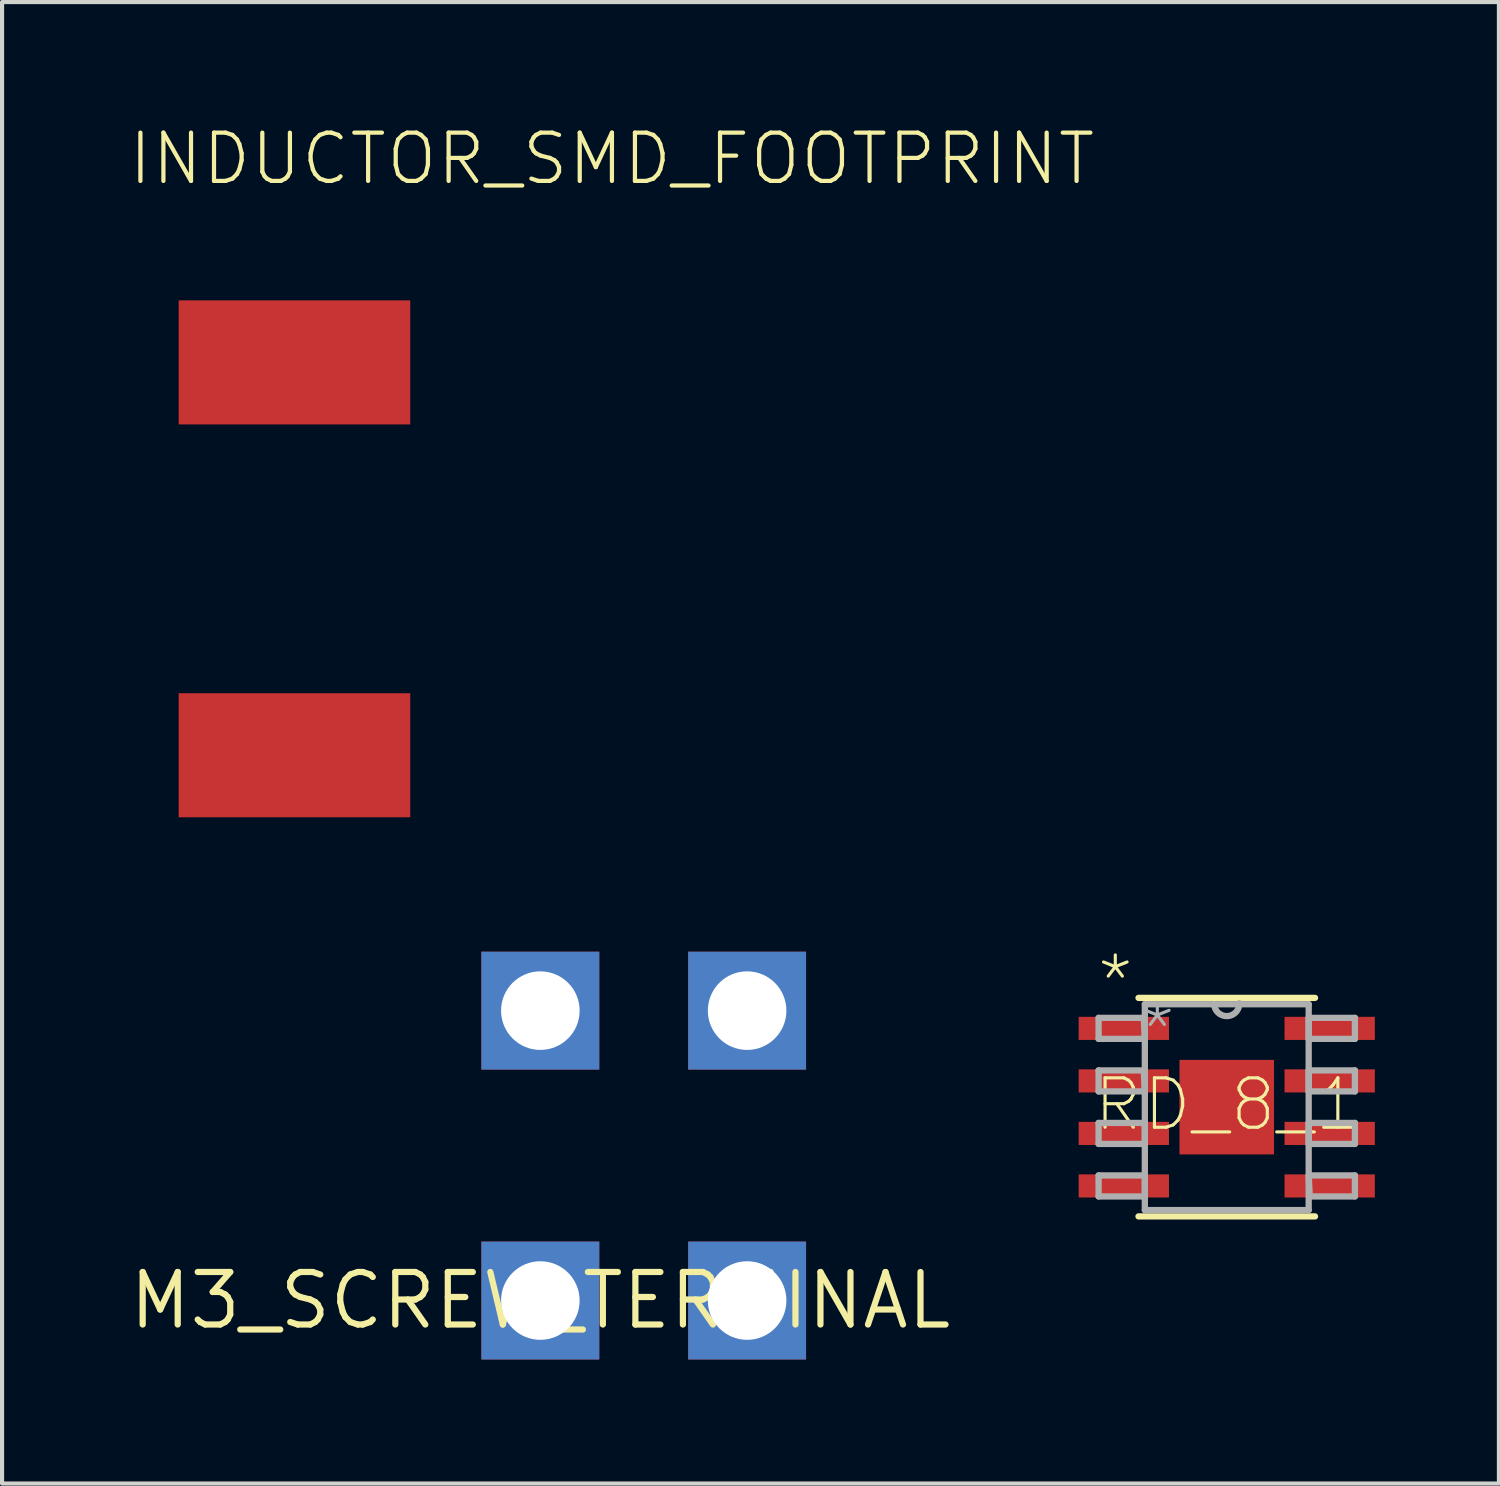
<source format=kicad_pcb>
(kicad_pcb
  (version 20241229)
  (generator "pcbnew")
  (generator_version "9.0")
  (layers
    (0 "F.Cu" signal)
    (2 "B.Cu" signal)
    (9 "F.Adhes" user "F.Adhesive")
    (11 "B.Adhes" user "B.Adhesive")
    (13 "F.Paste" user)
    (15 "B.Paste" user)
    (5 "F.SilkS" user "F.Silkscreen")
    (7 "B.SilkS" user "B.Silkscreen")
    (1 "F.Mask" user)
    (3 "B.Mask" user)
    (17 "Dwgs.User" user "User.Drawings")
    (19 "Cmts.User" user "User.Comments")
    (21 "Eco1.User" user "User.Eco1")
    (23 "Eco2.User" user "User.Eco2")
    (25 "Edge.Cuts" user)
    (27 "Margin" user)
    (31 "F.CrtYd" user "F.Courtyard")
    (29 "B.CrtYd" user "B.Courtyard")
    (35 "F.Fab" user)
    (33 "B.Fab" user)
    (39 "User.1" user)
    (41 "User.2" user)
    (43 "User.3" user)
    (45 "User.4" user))
  (footprint "INDUCTOR_SMD_FOOTPRINT"
    (layer "F.Cu")
    (at 1.27 16.713)
    (property "Reference" "INDUCTOR_SMD_FOOTPRINT" (at -1.27 -15.24 0) (layer "F.SilkS") (effects (font (size 1.168 1.168) (thickness 0.102)) (justify left bottom)))
    (pad "1" smd rect (at 2.8 -1.5) (size 5.6 3) (layers "F.Cu" "F.Mask" "F.Paste"))
    (pad "2" smd rect (at 2.8 -11) (size 5.6 3) (layers "F.Cu" "F.Mask" "F.Paste")))
  (footprint "RD_8_1"
    (layer "F.Cu")
    (at 26.614 23.722)
    (property "Reference" "RD_8_1" (at -3.277 0.635 0) (layer "F.SilkS") (effects (font (size 1.194 1.194) (thickness 0.076)) (justify left bottom)))
    (fp_line (start -2.134 2.642) (end 2.134 2.642) (stroke (width 0.152) (type solid)) (layer "F.SilkS"))
    (fp_line (start 2.134 -2.642) (end -2.134 -2.642) (stroke (width 0.152) (type solid)) (layer "F.SilkS"))
    (fp_poly (pts (xy 1.156 1.156) (xy -1.156 1.156) (xy -1.156 -1.156) (xy 1.156 -1.156)) (stroke (width 0) (type solid)) (fill yes) (layer "F.Paste"))
    (fp_line (start -3.099 -2.159) (end -3.099 -1.651) (stroke (width 0.152) (type solid)) (layer "F.Fab"))
    (fp_line (start -3.099 -1.651) (end -1.981 -1.651) (stroke (width 0.152) (type solid)) (layer "F.Fab"))
    (fp_line (start -3.099 -0.889) (end -3.099 -0.381) (stroke (width 0.152) (type solid)) (layer "F.Fab"))
    (fp_line (start -3.099 -0.381) (end -1.981 -0.381) (stroke (width 0.152) (type solid)) (layer "F.Fab"))
    (fp_line (start -3.099 0.381) (end -3.099 0.889) (stroke (width 0.152) (type solid)) (layer "F.Fab"))
    (fp_line (start -3.099 0.889) (end -1.981 0.889) (stroke (width 0.152) (type solid)) (layer "F.Fab"))
    (fp_line (start -3.099 1.651) (end -3.099 2.159) (stroke (width 0.152) (type solid)) (layer "F.Fab"))
    (fp_line (start -3.099 2.159) (end -1.981 2.159) (stroke (width 0.152) (type solid)) (layer "F.Fab"))
    (fp_line (start -2.007 -2.159) (end -3.099 -2.159) (stroke (width 0.152) (type solid)) (layer "F.Fab"))
    (fp_line (start -2.007 -0.889) (end -3.099 -0.889) (stroke (width 0.152) (type solid)) (layer "F.Fab"))
    (fp_line (start -1.981 -2.489) (end -1.981 2.489) (stroke (width 0.152) (type solid)) (layer "F.Fab"))
    (fp_line (start -1.981 -1.651) (end -2.007 -2.159) (stroke (width 0.152) (type solid)) (layer "F.Fab"))
    (fp_line (start -1.981 -0.381) (end -2.007 -0.889) (stroke (width 0.152) (type solid)) (layer "F.Fab"))
    (fp_line (start -1.981 0.381) (end -3.099 0.381) (stroke (width 0.152) (type solid)) (layer "F.Fab"))
    (fp_line (start -1.981 0.889) (end -1.981 0.381) (stroke (width 0.152) (type solid)) (layer "F.Fab"))
    (fp_line (start -1.981 1.651) (end -3.099 1.651) (stroke (width 0.152) (type solid)) (layer "F.Fab"))
    (fp_line (start -1.981 2.159) (end -1.981 1.651) (stroke (width 0.152) (type solid)) (layer "F.Fab"))
    (fp_line (start -1.981 2.489) (end 1.981 2.489) (stroke (width 0.152) (type solid)) (layer "F.Fab"))
    (fp_line (start -0.305 -2.489) (end -1.981 -2.489) (stroke (width 0.152) (type solid)) (layer "F.Fab"))
    (fp_line (start 1.981 -2.489) (end -0.305 -2.489) (stroke (width 0.152) (type solid)) (layer "F.Fab"))
    (fp_line (start 1.981 -2.159) (end 1.981 -1.651) (stroke (width 0.152) (type solid)) (layer "F.Fab"))
    (fp_line (start 1.981 -1.651) (end 3.099 -1.651) (stroke (width 0.152) (type solid)) (layer "F.Fab"))
    (fp_line (start 1.981 -0.889) (end 1.981 -0.381) (stroke (width 0.152) (type solid)) (layer "F.Fab"))
    (fp_line (start 1.981 -0.381) (end 3.099 -0.381) (stroke (width 0.152) (type solid)) (layer "F.Fab"))
    (fp_line (start 1.981 0.381) (end 1.981 0.889) (stroke (width 0.152) (type solid)) (layer "F.Fab"))
    (fp_line (start 1.981 0.889) (end 3.099 0.889) (stroke (width 0.152) (type solid)) (layer "F.Fab"))
    (fp_line (start 1.981 1.651) (end 2.007 2.159) (stroke (width 0.152) (type solid)) (layer "F.Fab"))
    (fp_line (start 1.981 2.489) (end 1.981 -2.489) (stroke (width 0.152) (type solid)) (layer "F.Fab"))
    (fp_line (start 2.007 2.159) (end 3.099 2.159) (stroke (width 0.152) (type solid)) (layer "F.Fab"))
    (fp_line (start 3.099 -2.159) (end 1.981 -2.159) (stroke (width 0.152) (type solid)) (layer "F.Fab"))
    (fp_line (start 3.099 -1.651) (end 3.099 -2.159) (stroke (width 0.152) (type solid)) (layer "F.Fab"))
    (fp_line (start 3.099 -0.889) (end 1.981 -0.889) (stroke (width 0.152) (type solid)) (layer "F.Fab"))
    (fp_line (start 3.099 -0.381) (end 3.099 -0.889) (stroke (width 0.152) (type solid)) (layer "F.Fab"))
    (fp_line (start 3.099 0.381) (end 1.981 0.381) (stroke (width 0.152) (type solid)) (layer "F.Fab"))
    (fp_line (start 3.099 0.889) (end 3.099 0.381) (stroke (width 0.152) (type solid)) (layer "F.Fab"))
    (fp_line (start 3.099 1.651) (end 1.981 1.651) (stroke (width 0.152) (type solid)) (layer "F.Fab"))
    (fp_line (start 3.099 2.159) (end 3.099 1.651) (stroke (width 0.152) (type solid)) (layer "F.Fab"))
    (fp_arc (start 0.3048 -2.5146) (mid 0.0127 -2.1971) (end -0.3048 -2.4892) (stroke (width 0.1524) (type solid)) (layer "F.Fab"))
    (fp_text user "*" (at -3.2 -2.337 0) (layer "F.SilkS") (effects (font (size 1.194 1.194) (thickness 0.076)) (justify left bottom)))
    (fp_text user "*" (at -2.184 -1.168 0) (layer "F.Fab") (effects (font (size 1.194 1.194) (thickness 0.076)) (justify left bottom)))
    (pad "1" smd rect (at -2.489 -1.905) (size 2.184 0.559) (layers "F.Cu" "F.Mask" "F.Paste"))
    (pad "2" smd rect (at -2.489 -0.635) (size 2.184 0.559) (layers "F.Cu" "F.Mask" "F.Paste"))
    (pad "3" smd rect (at -2.489 0.635) (size 2.184 0.559) (layers "F.Cu" "F.Mask" "F.Paste"))
    (pad "4" smd rect (at -2.489 1.905) (size 2.184 0.559) (layers "F.Cu" "F.Mask" "F.Paste"))
    (pad "5" smd rect (at 2.489 1.905) (size 2.184 0.559) (layers "F.Cu" "F.Mask" "F.Paste"))
    (pad "6" smd rect (at 2.489 0.635) (size 2.184 0.559) (layers "F.Cu" "F.Mask" "F.Paste"))
    (pad "7" smd rect (at 2.489 -0.635) (size 2.184 0.559) (layers "F.Cu" "F.Mask" "F.Paste"))
    (pad "8" smd rect (at 2.489 -1.905) (size 2.184 0.559) (layers "F.Cu" "F.Mask" "F.Paste"))
    (pad "EPAD" smd rect (at 0 0) (size 2.286 2.286) (layers "F.Cu" "F.Mask")))
  (footprint "M3_SCREW_TERMINAL"
    (layer "F.Cu")
    (at 10.016 28.398)
    (property "Reference" "M3_SCREW_TERMINAL" (at 0 0 0) (layer "F.SilkS") (effects (font (size 1.27 1.27) (thickness 0.15))))
    (pad "P$1" thru_hole rect (at 0 0) (size 2.85 2.85) (drill 1.9) (layers "*.Cu" "*.Mask"))
    (pad "P$2" thru_hole rect (at 0 -7.01) (size 2.85 2.85) (drill 1.9) (layers "*.Cu" "*.Mask"))
    (pad "P$3" thru_hole rect (at 5 -7.01) (size 2.85 2.85) (drill 1.9) (layers "*.Cu" "*.Mask"))
    (pad "P$4" thru_hole rect (at 5 0) (size 2.85 2.85) (drill 1.9) (layers "*.Cu" "*.Mask")))
  (gr_rect
    (start -3 -3)
    (end 33.195 32.823)
    (stroke (width 0.1) (type default))
    (fill no)
    (layer "Edge.Cuts")))
</source>
